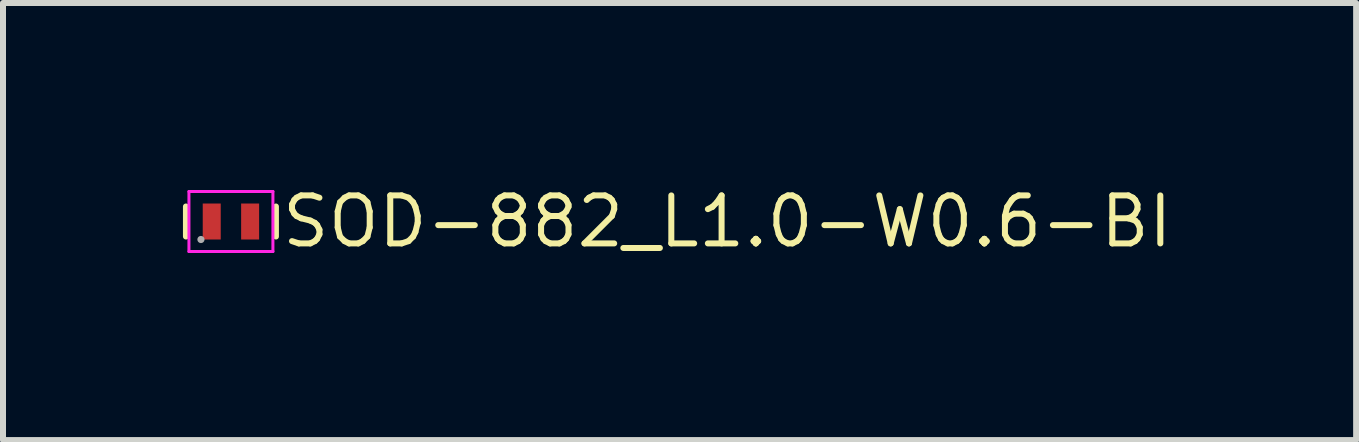
<source format=kicad_pcb>
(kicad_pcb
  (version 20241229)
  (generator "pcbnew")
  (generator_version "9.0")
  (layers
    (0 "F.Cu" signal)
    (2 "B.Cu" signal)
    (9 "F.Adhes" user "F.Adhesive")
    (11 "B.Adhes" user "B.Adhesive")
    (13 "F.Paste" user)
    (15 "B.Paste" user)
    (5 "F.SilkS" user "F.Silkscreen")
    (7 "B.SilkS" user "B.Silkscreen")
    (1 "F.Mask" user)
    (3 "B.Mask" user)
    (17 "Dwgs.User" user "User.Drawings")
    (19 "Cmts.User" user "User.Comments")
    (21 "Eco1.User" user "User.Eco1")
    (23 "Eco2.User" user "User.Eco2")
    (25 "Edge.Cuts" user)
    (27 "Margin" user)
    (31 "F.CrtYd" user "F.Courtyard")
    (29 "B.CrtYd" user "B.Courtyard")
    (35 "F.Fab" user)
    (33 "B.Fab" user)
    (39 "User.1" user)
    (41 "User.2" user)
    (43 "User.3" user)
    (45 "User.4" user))
  (footprint "SOD-882_L1.0-W0.6-BI"
    (layer "F.Cu")
    (at 0.8 0.643)
    (property "Reference" "SOD-882_L1.0-W0.6-BI" (at 0.8 0 0) (layer "F.SilkS") (effects (font (size 0.8 0.8) (thickness 0.1)) (justify left)))
    (attr smd)
    (fp_line (start -0.75 0.25) (end -0.75 -0.25) (stroke (width 0.1) (type solid)) (layer "F.SilkS"))
    (fp_line (start 0.75 -0.25) (end 0.75 0.25) (stroke (width 0.1) (type solid)) (layer "F.SilkS"))
    (fp_line (start -0.7 -0.5) (end 0.7 -0.5) (stroke (width 0.05) (type default)) (layer "F.CrtYd"))
    (fp_line (start -0.7 0.5) (end -0.7 -0.5) (stroke (width 0.05) (type default)) (layer "F.CrtYd"))
    (fp_line (start 0.7 -0.5) (end 0.7 0.5) (stroke (width 0.05) (type default)) (layer "F.CrtYd"))
    (fp_line (start 0.7 0.5) (end -0.7 0.5) (stroke (width 0.05) (type default)) (layer "F.CrtYd"))
    (fp_circle (center -0.5 0.3) (end -0.47 0.3) (stroke (width 0.06) (type solid)) (fill no) (layer "F.Fab"))
    (pad "1" smd rect (at -0.32 0) (size 0.3 0.6) (layers "F.Cu" "F.Mask" "F.Paste"))
    (pad "2" smd rect (at 0.32 0) (size 0.3 0.6) (layers "F.Cu" "F.Mask" "F.Paste")))
  (gr_rect
    (start -3 -3)
    (end 19.559 4.287)
    (stroke (width 0.1) (type default))
    (fill no)
    (layer "Edge.Cuts")))
</source>
